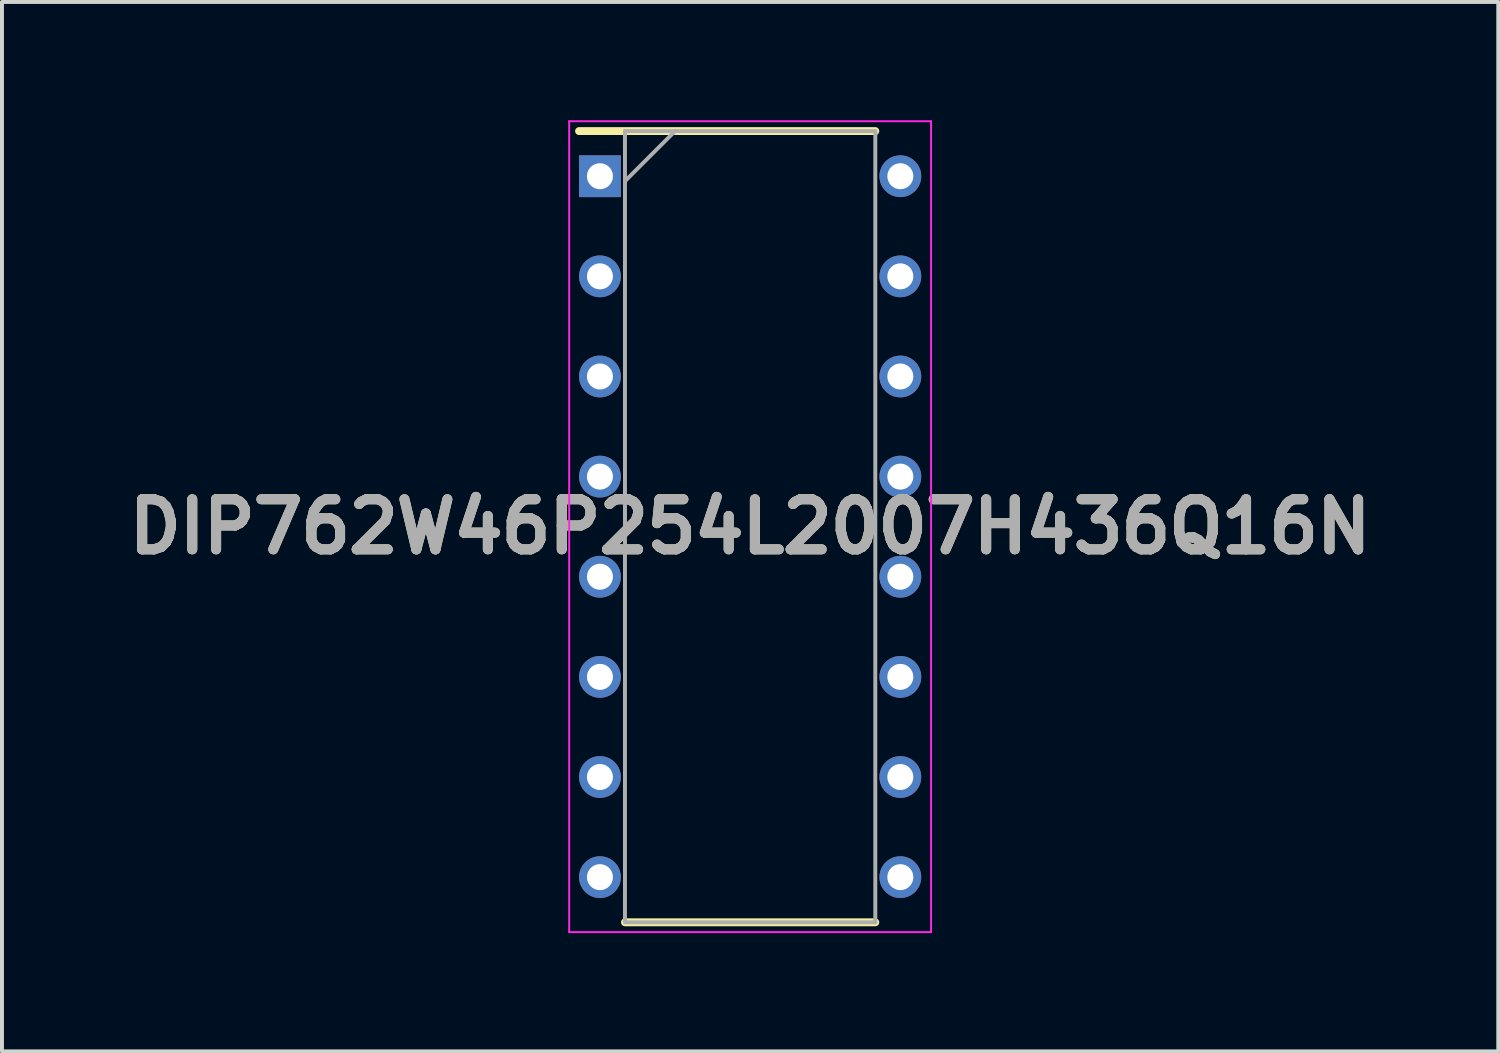
<source format=kicad_pcb>
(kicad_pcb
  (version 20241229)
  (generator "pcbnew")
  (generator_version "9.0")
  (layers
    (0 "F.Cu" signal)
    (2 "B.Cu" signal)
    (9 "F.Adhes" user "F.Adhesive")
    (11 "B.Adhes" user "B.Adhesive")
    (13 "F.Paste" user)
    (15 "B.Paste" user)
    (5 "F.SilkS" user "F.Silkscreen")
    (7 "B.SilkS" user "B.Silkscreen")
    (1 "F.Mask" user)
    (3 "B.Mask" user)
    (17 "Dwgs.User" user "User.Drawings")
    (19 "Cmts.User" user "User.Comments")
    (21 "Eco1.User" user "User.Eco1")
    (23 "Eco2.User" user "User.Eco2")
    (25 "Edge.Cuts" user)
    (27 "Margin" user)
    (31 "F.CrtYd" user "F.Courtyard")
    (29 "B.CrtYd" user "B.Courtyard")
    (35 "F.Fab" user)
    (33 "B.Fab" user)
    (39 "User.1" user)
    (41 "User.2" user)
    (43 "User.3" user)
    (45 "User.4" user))
  (footprint "DIP762W46P254L2007H436Q16N"
    (layer "F.Cu")
    (at 15.978 10.31)
    (property "Reference" "DIP762W46P254L2007H436Q16N" (at 0 0 0) (layer "F.SilkS") (effects (font (size 1.27 1.27) (thickness 0.254))))
    (attr through_hole)
    (fp_line (start -4.34 -10.035) (end 3.175 -10.035) (stroke (width 0.2) (type solid)) (layer "F.SilkS"))
    (fp_line (start -3.175 10.035) (end 3.175 10.035) (stroke (width 0.2) (type solid)) (layer "F.SilkS"))
    (fp_line (start -4.59 -10.285) (end 4.59 -10.285) (stroke (width 0.05) (type solid)) (layer "F.CrtYd"))
    (fp_line (start -4.59 10.285) (end -4.59 -10.285) (stroke (width 0.05) (type solid)) (layer "F.CrtYd"))
    (fp_line (start 4.59 -10.285) (end 4.59 10.285) (stroke (width 0.05) (type solid)) (layer "F.CrtYd"))
    (fp_line (start 4.59 10.285) (end -4.59 10.285) (stroke (width 0.05) (type solid)) (layer "F.CrtYd"))
    (fp_line (start -3.175 -10.035) (end 3.175 -10.035) (stroke (width 0.1) (type solid)) (layer "F.Fab"))
    (fp_line (start -3.175 -8.765) (end -1.905 -10.035) (stroke (width 0.1) (type solid)) (layer "F.Fab"))
    (fp_line (start -3.175 10.035) (end -3.175 -10.035) (stroke (width 0.1) (type solid)) (layer "F.Fab"))
    (fp_line (start 3.175 -10.035) (end 3.175 10.035) (stroke (width 0.1) (type solid)) (layer "F.Fab"))
    (fp_line (start 3.175 10.035) (end -3.175 10.035) (stroke (width 0.1) (type solid)) (layer "F.Fab"))
    (fp_text user "${REFERENCE}" (at 0 0 0) (layer "F.Fab") (effects (font (size 1.27 1.27) (thickness 0.254))))
    (pad "1" thru_hole rect (at -3.81 -8.89) (size 1.06 1.06) (drill 0.66) (layers "*.Cu" "*.Mask"))
    (pad "2" thru_hole circle (at -3.81 -6.35) (size 1.06 1.06) (drill 0.66) (layers "*.Cu" "*.Mask"))
    (pad "3" thru_hole circle (at -3.81 -3.81) (size 1.06 1.06) (drill 0.66) (layers "*.Cu" "*.Mask"))
    (pad "4" thru_hole circle (at -3.81 -1.27) (size 1.06 1.06) (drill 0.66) (layers "*.Cu" "*.Mask"))
    (pad "5" thru_hole circle (at -3.81 1.27) (size 1.06 1.06) (drill 0.66) (layers "*.Cu" "*.Mask"))
    (pad "6" thru_hole circle (at -3.81 3.81) (size 1.06 1.06) (drill 0.66) (layers "*.Cu" "*.Mask"))
    (pad "7" thru_hole circle (at -3.81 6.35) (size 1.06 1.06) (drill 0.66) (layers "*.Cu" "*.Mask"))
    (pad "8" thru_hole circle (at -3.81 8.89) (size 1.06 1.06) (drill 0.66) (layers "*.Cu" "*.Mask"))
    (pad "9" thru_hole circle (at 3.81 8.89) (size 1.06 1.06) (drill 0.66) (layers "*.Cu" "*.Mask"))
    (pad "10" thru_hole circle (at 3.81 6.35) (size 1.06 1.06) (drill 0.66) (layers "*.Cu" "*.Mask"))
    (pad "11" thru_hole circle (at 3.81 3.81) (size 1.06 1.06) (drill 0.66) (layers "*.Cu" "*.Mask"))
    (pad "12" thru_hole circle (at 3.81 1.27) (size 1.06 1.06) (drill 0.66) (layers "*.Cu" "*.Mask"))
    (pad "13" thru_hole circle (at 3.81 -1.27) (size 1.06 1.06) (drill 0.66) (layers "*.Cu" "*.Mask"))
    (pad "14" thru_hole circle (at 3.81 -3.81) (size 1.06 1.06) (drill 0.66) (layers "*.Cu" "*.Mask"))
    (pad "15" thru_hole circle (at 3.81 -6.35) (size 1.06 1.06) (drill 0.66) (layers "*.Cu" "*.Mask"))
    (pad "16" thru_hole circle (at 3.81 -8.89) (size 1.06 1.06) (drill 0.66) (layers "*.Cu" "*.Mask")))
  (gr_rect
    (start -3 -3)
    (end 34.956 23.62)
    (stroke (width 0.1) (type default))
    (fill no)
    (layer "Edge.Cuts")))
</source>
